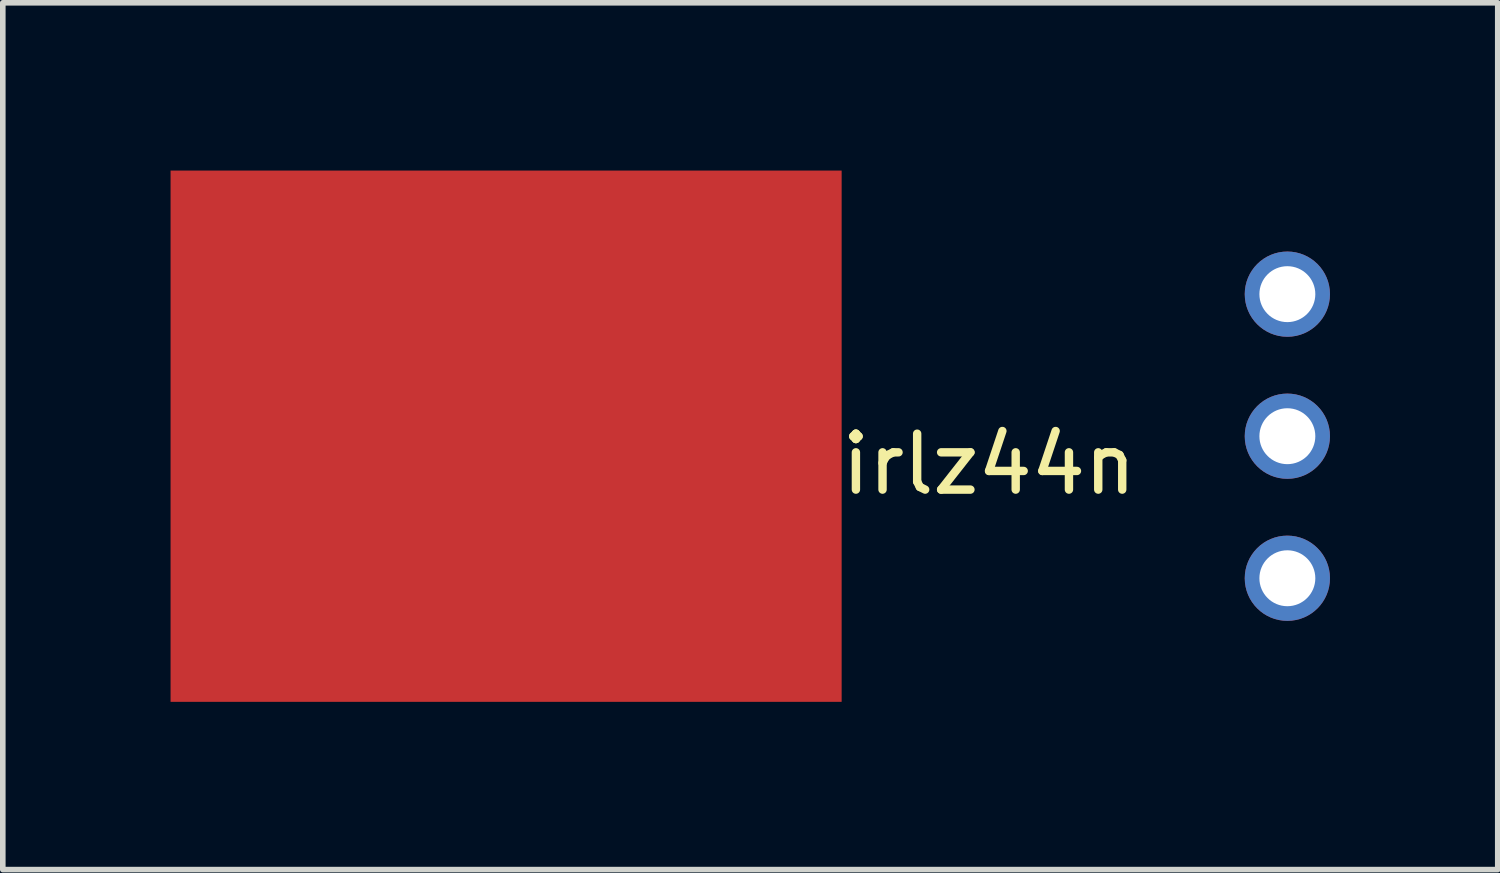
<source format=kicad_pcb>
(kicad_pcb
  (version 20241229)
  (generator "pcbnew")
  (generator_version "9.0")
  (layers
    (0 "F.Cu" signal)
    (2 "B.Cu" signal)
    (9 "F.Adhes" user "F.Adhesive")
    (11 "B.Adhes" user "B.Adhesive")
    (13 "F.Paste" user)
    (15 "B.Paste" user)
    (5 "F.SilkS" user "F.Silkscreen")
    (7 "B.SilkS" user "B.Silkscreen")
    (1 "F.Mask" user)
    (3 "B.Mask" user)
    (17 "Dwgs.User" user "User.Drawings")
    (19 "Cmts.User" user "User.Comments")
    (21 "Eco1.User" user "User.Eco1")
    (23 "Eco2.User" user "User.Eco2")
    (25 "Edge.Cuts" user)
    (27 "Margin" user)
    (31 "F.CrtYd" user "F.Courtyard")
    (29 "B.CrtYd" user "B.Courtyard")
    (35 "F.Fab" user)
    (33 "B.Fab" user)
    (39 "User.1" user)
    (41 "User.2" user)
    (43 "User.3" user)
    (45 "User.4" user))
  (footprint "irlz44n"
    (layer "F.Cu")
    (at 14.636 4.75)
    (property "Reference" "irlz44n" (at 0 0.5 0) (layer "F.SilkS") (effects (font (size 1 1) (thickness 0.15))))
    (attr through_hole)
    (pad "1" thru_hole circle (at 5.334 -2.54) (size 1.524 1.524) (drill 1) (layers "*.Cu" "*.Mask"))
    (pad "2" thru_hole circle (at 5.334 2.54) (size 1.524 1.524) (drill 1) (layers "*.Cu" "*.Mask"))
    (pad "3" smd rect (at -8.636 0) (size 12 9.5) (layers "F.Cu" "F.Mask" "F.Paste"))
    (pad "3" thru_hole circle (at 5.334 0) (size 1.524 1.524) (drill 1) (layers "*.Cu" "*.Mask")))
  (gr_rect
    (start -3 -3)
    (end 23.732 12.5)
    (stroke (width 0.1) (type default))
    (fill no)
    (layer "Edge.Cuts")))
</source>
